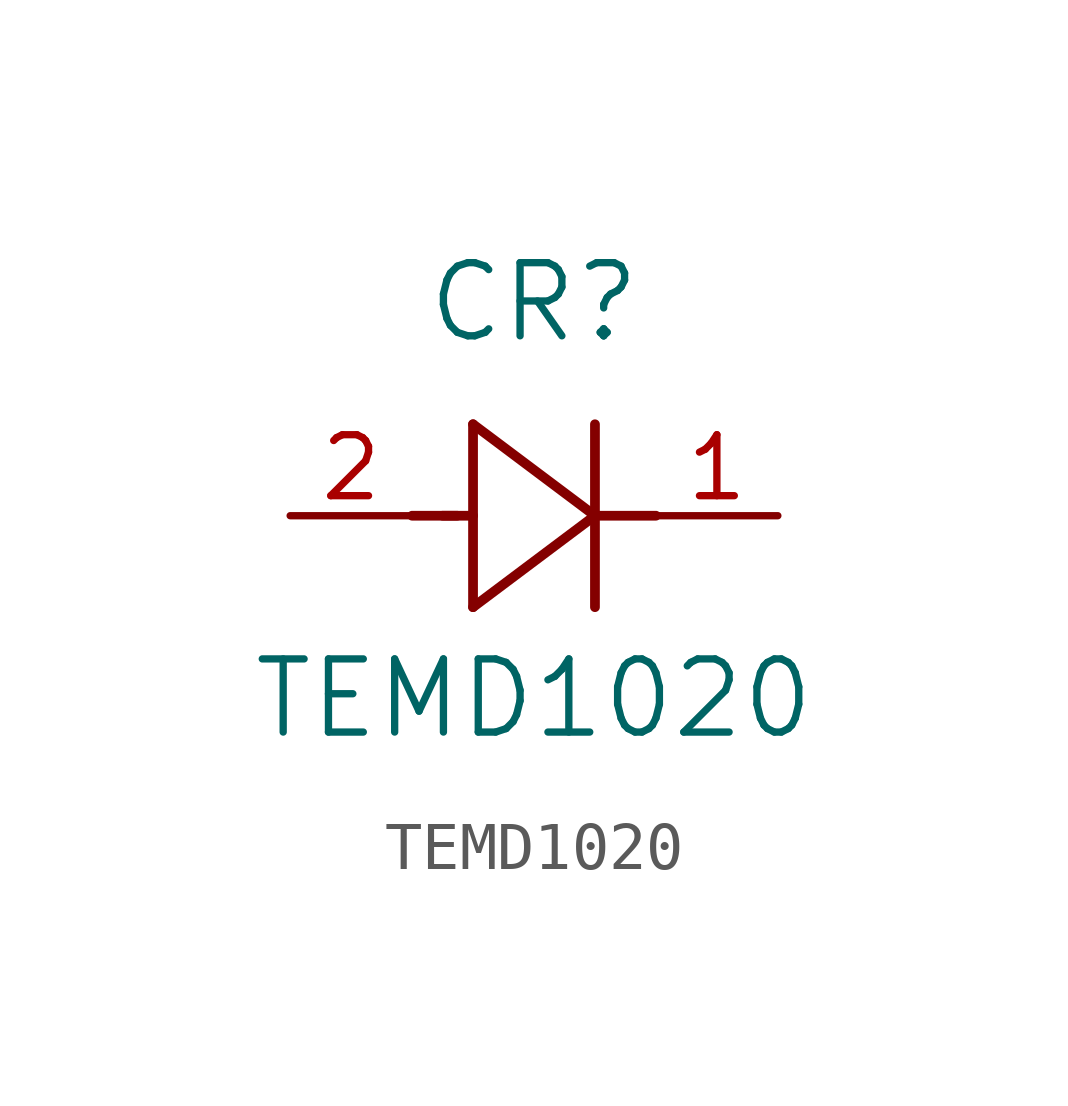
<source format=kicad_sym>
(kicad_symbol_lib
  (version 20211014)
  (generator kicad_symbol_editor)
  (symbol "TEMD1020"
    (pin_names
      (offset 0.254))
    (property "Reference" "CR"
      (at 5.08 4.445 0)
      (effects (font (size 1.524 1.524))))
    (property "Value" "TEMD1020"
      (at 5.08 -3.81 0)
      (effects (font (size 1.524 1.524))))
    (symbol "TEMD1020_0_1"
      (polyline (pts (xy 2.54 0) (xy 3.48 0)) (stroke (width 0.203) (type default) (color 0 0 0 0)) (fill (type none)))
      (polyline (pts (xy 3.81 1.905) (xy 3.81 -1.905)) (stroke (width 0.203) (type default) (color 0 0 0 0)) (fill (type none)))
      (polyline (pts (xy 3.175 0) (xy 3.81 0)) (stroke (width 0.203) (type default) (color 0 0 0 0)) (fill (type none)))
      (polyline (pts (xy 6.35 -1.905) (xy 6.35 1.905)) (stroke (width 0.203) (type default) (color 0 0 0 0)) (fill (type none)))
      (polyline (pts (xy 6.35 0) (xy 7.62 0)) (stroke (width 0.203) (type default) (color 0 0 0 0)) (fill (type none)))
      (polyline (pts (xy 6.35 0) (xy 3.81 1.905)) (stroke (width 0.203) (type default) (color 0 0 0 0)) (fill (type none)))
      (polyline (pts (xy 3.81 -1.905) (xy 6.35 0)) (stroke (width 0.203) (type default) (color 0 0 0 0)) (fill (type none)))
      (pin unspecified line (at 0 0 0) (length 2.54) (name "" (effects (font (size 1.27 1.27)))) (number "2" (effects (font (size 1.27 1.27)))))
      (pin unspecified line (at 10.16 0 180) (length 2.54) (name "" (effects (font (size 1.27 1.27)))) (number "1" (effects (font (size 1.27 1.27))))))))
</source>
